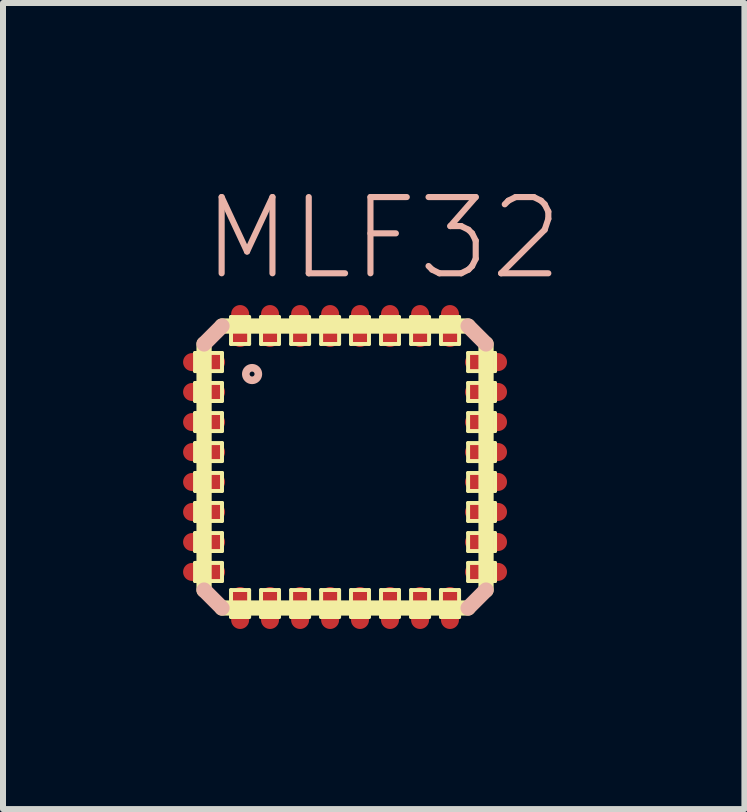
<source format=kicad_pcb>
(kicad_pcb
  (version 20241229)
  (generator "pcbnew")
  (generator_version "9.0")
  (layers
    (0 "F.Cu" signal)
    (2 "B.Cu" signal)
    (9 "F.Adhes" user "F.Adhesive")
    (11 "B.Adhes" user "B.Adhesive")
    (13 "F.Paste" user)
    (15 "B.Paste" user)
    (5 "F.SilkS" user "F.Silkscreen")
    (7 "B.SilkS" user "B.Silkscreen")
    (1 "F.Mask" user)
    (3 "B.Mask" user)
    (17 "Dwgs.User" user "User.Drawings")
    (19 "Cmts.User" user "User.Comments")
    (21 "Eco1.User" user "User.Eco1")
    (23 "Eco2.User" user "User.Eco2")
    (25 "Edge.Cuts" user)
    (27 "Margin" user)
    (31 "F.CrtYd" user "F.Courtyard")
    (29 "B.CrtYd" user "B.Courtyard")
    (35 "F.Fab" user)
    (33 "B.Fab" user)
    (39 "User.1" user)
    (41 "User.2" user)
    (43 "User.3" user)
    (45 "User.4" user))
  (footprint "MLF32"
    (layer "F.Cu")
    (at 2.699 4.731)
    (property "Reference" "MLF32" (at 0.635 -3.81 0) (layer "B.SilkS") (effects (font (size 1.27 1.27) (thickness 0.102))))
    (attr smd)
    (fp_line (start -2.499 -1.9) (end -2.05 -1.9) (stroke (width 0.066) (type solid)) (layer "F.SilkS"))
    (fp_line (start -2.499 -1.598) (end -2.499 -1.9) (stroke (width 0.066) (type solid)) (layer "F.SilkS"))
    (fp_line (start -2.499 -1.598) (end -2.05 -1.598) (stroke (width 0.066) (type solid)) (layer "F.SilkS"))
    (fp_line (start -2.499 -1.4) (end -2.05 -1.4) (stroke (width 0.066) (type solid)) (layer "F.SilkS"))
    (fp_line (start -2.499 -1.1) (end -2.499 -1.4) (stroke (width 0.066) (type solid)) (layer "F.SilkS"))
    (fp_line (start -2.499 -1.1) (end -2.05 -1.1) (stroke (width 0.066) (type solid)) (layer "F.SilkS"))
    (fp_line (start -2.499 -0.899) (end -2.05 -0.899) (stroke (width 0.066) (type solid)) (layer "F.SilkS"))
    (fp_line (start -2.499 -0.599) (end -2.499 -0.899) (stroke (width 0.066) (type solid)) (layer "F.SilkS"))
    (fp_line (start -2.499 -0.599) (end -2.05 -0.599) (stroke (width 0.066) (type solid)) (layer "F.SilkS"))
    (fp_line (start -2.499 -0.399) (end -2.05 -0.399) (stroke (width 0.066) (type solid)) (layer "F.SilkS"))
    (fp_line (start -2.499 -0.099) (end -2.499 -0.399) (stroke (width 0.066) (type solid)) (layer "F.SilkS"))
    (fp_line (start -2.499 -0.099) (end -2.05 -0.099) (stroke (width 0.066) (type solid)) (layer "F.SilkS"))
    (fp_line (start -2.499 0.099) (end -2.05 0.099) (stroke (width 0.066) (type solid)) (layer "F.SilkS"))
    (fp_line (start -2.499 0.399) (end -2.499 0.099) (stroke (width 0.066) (type solid)) (layer "F.SilkS"))
    (fp_line (start -2.499 0.399) (end -2.05 0.399) (stroke (width 0.066) (type solid)) (layer "F.SilkS"))
    (fp_line (start -2.499 0.599) (end -2.05 0.599) (stroke (width 0.066) (type solid)) (layer "F.SilkS"))
    (fp_line (start -2.499 0.899) (end -2.499 0.599) (stroke (width 0.066) (type solid)) (layer "F.SilkS"))
    (fp_line (start -2.499 0.899) (end -2.05 0.899) (stroke (width 0.066) (type solid)) (layer "F.SilkS"))
    (fp_line (start -2.499 1.1) (end -2.05 1.1) (stroke (width 0.066) (type solid)) (layer "F.SilkS"))
    (fp_line (start -2.499 1.4) (end -2.499 1.1) (stroke (width 0.066) (type solid)) (layer "F.SilkS"))
    (fp_line (start -2.499 1.4) (end -2.05 1.4) (stroke (width 0.066) (type solid)) (layer "F.SilkS"))
    (fp_line (start -2.499 1.598) (end -2.05 1.598) (stroke (width 0.066) (type solid)) (layer "F.SilkS"))
    (fp_line (start -2.499 1.9) (end -2.499 1.598) (stroke (width 0.066) (type solid)) (layer "F.SilkS"))
    (fp_line (start -2.499 1.9) (end -2.05 1.9) (stroke (width 0.066) (type solid)) (layer "F.SilkS"))
    (fp_line (start -2.349 2.05) (end -2.349 -2.05) (stroke (width 0.254) (type solid)) (layer "F.SilkS"))
    (fp_line (start -2.05 -2.349) (end 2.05 -2.349) (stroke (width 0.254) (type solid)) (layer "F.SilkS"))
    (fp_line (start -2.05 -1.598) (end -2.05 -1.9) (stroke (width 0.066) (type solid)) (layer "F.SilkS"))
    (fp_line (start -2.05 -1.1) (end -2.05 -1.4) (stroke (width 0.066) (type solid)) (layer "F.SilkS"))
    (fp_line (start -2.05 -0.599) (end -2.05 -0.899) (stroke (width 0.066) (type solid)) (layer "F.SilkS"))
    (fp_line (start -2.05 -0.099) (end -2.05 -0.399) (stroke (width 0.066) (type solid)) (layer "F.SilkS"))
    (fp_line (start -2.05 0.399) (end -2.05 0.099) (stroke (width 0.066) (type solid)) (layer "F.SilkS"))
    (fp_line (start -2.05 0.899) (end -2.05 0.599) (stroke (width 0.066) (type solid)) (layer "F.SilkS"))
    (fp_line (start -2.05 1.4) (end -2.05 1.1) (stroke (width 0.066) (type solid)) (layer "F.SilkS"))
    (fp_line (start -2.05 1.9) (end -2.05 1.598) (stroke (width 0.066) (type solid)) (layer "F.SilkS"))
    (fp_line (start -1.9 -2.499) (end -1.598 -2.499) (stroke (width 0.066) (type solid)) (layer "F.SilkS"))
    (fp_line (start -1.9 -2.05) (end -1.9 -2.499) (stroke (width 0.066) (type solid)) (layer "F.SilkS"))
    (fp_line (start -1.9 -2.05) (end -1.598 -2.05) (stroke (width 0.066) (type solid)) (layer "F.SilkS"))
    (fp_line (start -1.9 2.05) (end -1.598 2.05) (stroke (width 0.066) (type solid)) (layer "F.SilkS"))
    (fp_line (start -1.9 2.499) (end -1.9 2.05) (stroke (width 0.066) (type solid)) (layer "F.SilkS"))
    (fp_line (start -1.9 2.499) (end -1.598 2.499) (stroke (width 0.066) (type solid)) (layer "F.SilkS"))
    (fp_line (start -1.598 -2.05) (end -1.598 -2.499) (stroke (width 0.066) (type solid)) (layer "F.SilkS"))
    (fp_line (start -1.598 2.499) (end -1.598 2.05) (stroke (width 0.066) (type solid)) (layer "F.SilkS"))
    (fp_line (start -1.4 -2.499) (end -1.1 -2.499) (stroke (width 0.066) (type solid)) (layer "F.SilkS"))
    (fp_line (start -1.4 -2.05) (end -1.4 -2.499) (stroke (width 0.066) (type solid)) (layer "F.SilkS"))
    (fp_line (start -1.4 -2.05) (end -1.1 -2.05) (stroke (width 0.066) (type solid)) (layer "F.SilkS"))
    (fp_line (start -1.4 2.05) (end -1.1 2.05) (stroke (width 0.066) (type solid)) (layer "F.SilkS"))
    (fp_line (start -1.4 2.499) (end -1.4 2.05) (stroke (width 0.066) (type solid)) (layer "F.SilkS"))
    (fp_line (start -1.4 2.499) (end -1.1 2.499) (stroke (width 0.066) (type solid)) (layer "F.SilkS"))
    (fp_line (start -1.1 -2.05) (end -1.1 -2.499) (stroke (width 0.066) (type solid)) (layer "F.SilkS"))
    (fp_line (start -1.1 2.499) (end -1.1 2.05) (stroke (width 0.066) (type solid)) (layer "F.SilkS"))
    (fp_line (start -0.899 -2.499) (end -0.599 -2.499) (stroke (width 0.066) (type solid)) (layer "F.SilkS"))
    (fp_line (start -0.899 -2.05) (end -0.899 -2.499) (stroke (width 0.066) (type solid)) (layer "F.SilkS"))
    (fp_line (start -0.899 -2.05) (end -0.599 -2.05) (stroke (width 0.066) (type solid)) (layer "F.SilkS"))
    (fp_line (start -0.899 2.05) (end -0.599 2.05) (stroke (width 0.066) (type solid)) (layer "F.SilkS"))
    (fp_line (start -0.899 2.499) (end -0.899 2.05) (stroke (width 0.066) (type solid)) (layer "F.SilkS"))
    (fp_line (start -0.899 2.499) (end -0.599 2.499) (stroke (width 0.066) (type solid)) (layer "F.SilkS"))
    (fp_line (start -0.599 -2.05) (end -0.599 -2.499) (stroke (width 0.066) (type solid)) (layer "F.SilkS"))
    (fp_line (start -0.599 2.499) (end -0.599 2.05) (stroke (width 0.066) (type solid)) (layer "F.SilkS"))
    (fp_line (start -0.399 -2.499) (end -0.099 -2.499) (stroke (width 0.066) (type solid)) (layer "F.SilkS"))
    (fp_line (start -0.399 -2.05) (end -0.399 -2.499) (stroke (width 0.066) (type solid)) (layer "F.SilkS"))
    (fp_line (start -0.399 -2.05) (end -0.099 -2.05) (stroke (width 0.066) (type solid)) (layer "F.SilkS"))
    (fp_line (start -0.399 2.05) (end -0.099 2.05) (stroke (width 0.066) (type solid)) (layer "F.SilkS"))
    (fp_line (start -0.399 2.499) (end -0.399 2.05) (stroke (width 0.066) (type solid)) (layer "F.SilkS"))
    (fp_line (start -0.399 2.499) (end -0.099 2.499) (stroke (width 0.066) (type solid)) (layer "F.SilkS"))
    (fp_line (start -0.099 -2.05) (end -0.099 -2.499) (stroke (width 0.066) (type solid)) (layer "F.SilkS"))
    (fp_line (start -0.099 2.499) (end -0.099 2.05) (stroke (width 0.066) (type solid)) (layer "F.SilkS"))
    (fp_line (start 0.099 -2.499) (end 0.399 -2.499) (stroke (width 0.066) (type solid)) (layer "F.SilkS"))
    (fp_line (start 0.099 -2.05) (end 0.099 -2.499) (stroke (width 0.066) (type solid)) (layer "F.SilkS"))
    (fp_line (start 0.099 -2.05) (end 0.399 -2.05) (stroke (width 0.066) (type solid)) (layer "F.SilkS"))
    (fp_line (start 0.099 2.05) (end 0.399 2.05) (stroke (width 0.066) (type solid)) (layer "F.SilkS"))
    (fp_line (start 0.099 2.499) (end 0.099 2.05) (stroke (width 0.066) (type solid)) (layer "F.SilkS"))
    (fp_line (start 0.099 2.499) (end 0.399 2.499) (stroke (width 0.066) (type solid)) (layer "F.SilkS"))
    (fp_line (start 0.399 -2.05) (end 0.399 -2.499) (stroke (width 0.066) (type solid)) (layer "F.SilkS"))
    (fp_line (start 0.399 2.499) (end 0.399 2.05) (stroke (width 0.066) (type solid)) (layer "F.SilkS"))
    (fp_line (start 0.599 -2.499) (end 0.899 -2.499) (stroke (width 0.066) (type solid)) (layer "F.SilkS"))
    (fp_line (start 0.599 -2.05) (end 0.599 -2.499) (stroke (width 0.066) (type solid)) (layer "F.SilkS"))
    (fp_line (start 0.599 -2.05) (end 0.899 -2.05) (stroke (width 0.066) (type solid)) (layer "F.SilkS"))
    (fp_line (start 0.599 2.05) (end 0.899 2.05) (stroke (width 0.066) (type solid)) (layer "F.SilkS"))
    (fp_line (start 0.599 2.499) (end 0.599 2.05) (stroke (width 0.066) (type solid)) (layer "F.SilkS"))
    (fp_line (start 0.599 2.499) (end 0.899 2.499) (stroke (width 0.066) (type solid)) (layer "F.SilkS"))
    (fp_line (start 0.899 -2.05) (end 0.899 -2.499) (stroke (width 0.066) (type solid)) (layer "F.SilkS"))
    (fp_line (start 0.899 2.499) (end 0.899 2.05) (stroke (width 0.066) (type solid)) (layer "F.SilkS"))
    (fp_line (start 1.1 -2.499) (end 1.4 -2.499) (stroke (width 0.066) (type solid)) (layer "F.SilkS"))
    (fp_line (start 1.1 -2.05) (end 1.1 -2.499) (stroke (width 0.066) (type solid)) (layer "F.SilkS"))
    (fp_line (start 1.1 -2.05) (end 1.4 -2.05) (stroke (width 0.066) (type solid)) (layer "F.SilkS"))
    (fp_line (start 1.1 2.05) (end 1.4 2.05) (stroke (width 0.066) (type solid)) (layer "F.SilkS"))
    (fp_line (start 1.1 2.499) (end 1.1 2.05) (stroke (width 0.066) (type solid)) (layer "F.SilkS"))
    (fp_line (start 1.1 2.499) (end 1.4 2.499) (stroke (width 0.066) (type solid)) (layer "F.SilkS"))
    (fp_line (start 1.4 -2.05) (end 1.4 -2.499) (stroke (width 0.066) (type solid)) (layer "F.SilkS"))
    (fp_line (start 1.4 2.499) (end 1.4 2.05) (stroke (width 0.066) (type solid)) (layer "F.SilkS"))
    (fp_line (start 1.598 -2.499) (end 1.9 -2.499) (stroke (width 0.066) (type solid)) (layer "F.SilkS"))
    (fp_line (start 1.598 -2.05) (end 1.598 -2.499) (stroke (width 0.066) (type solid)) (layer "F.SilkS"))
    (fp_line (start 1.598 -2.05) (end 1.9 -2.05) (stroke (width 0.066) (type solid)) (layer "F.SilkS"))
    (fp_line (start 1.598 2.05) (end 1.9 2.05) (stroke (width 0.066) (type solid)) (layer "F.SilkS"))
    (fp_line (start 1.598 2.499) (end 1.598 2.05) (stroke (width 0.066) (type solid)) (layer "F.SilkS"))
    (fp_line (start 1.598 2.499) (end 1.9 2.499) (stroke (width 0.066) (type solid)) (layer "F.SilkS"))
    (fp_line (start 1.9 -2.05) (end 1.9 -2.499) (stroke (width 0.066) (type solid)) (layer "F.SilkS"))
    (fp_line (start 1.9 2.499) (end 1.9 2.05) (stroke (width 0.066) (type solid)) (layer "F.SilkS"))
    (fp_line (start 2.05 -1.9) (end 2.499 -1.9) (stroke (width 0.066) (type solid)) (layer "F.SilkS"))
    (fp_line (start 2.05 -1.598) (end 2.05 -1.9) (stroke (width 0.066) (type solid)) (layer "F.SilkS"))
    (fp_line (start 2.05 -1.598) (end 2.499 -1.598) (stroke (width 0.066) (type solid)) (layer "F.SilkS"))
    (fp_line (start 2.05 -1.4) (end 2.499 -1.4) (stroke (width 0.066) (type solid)) (layer "F.SilkS"))
    (fp_line (start 2.05 -1.1) (end 2.05 -1.4) (stroke (width 0.066) (type solid)) (layer "F.SilkS"))
    (fp_line (start 2.05 -1.1) (end 2.499 -1.1) (stroke (width 0.066) (type solid)) (layer "F.SilkS"))
    (fp_line (start 2.05 -0.899) (end 2.499 -0.899) (stroke (width 0.066) (type solid)) (layer "F.SilkS"))
    (fp_line (start 2.05 -0.599) (end 2.05 -0.899) (stroke (width 0.066) (type solid)) (layer "F.SilkS"))
    (fp_line (start 2.05 -0.599) (end 2.499 -0.599) (stroke (width 0.066) (type solid)) (layer "F.SilkS"))
    (fp_line (start 2.05 -0.399) (end 2.499 -0.399) (stroke (width 0.066) (type solid)) (layer "F.SilkS"))
    (fp_line (start 2.05 -0.099) (end 2.05 -0.399) (stroke (width 0.066) (type solid)) (layer "F.SilkS"))
    (fp_line (start 2.05 -0.099) (end 2.499 -0.099) (stroke (width 0.066) (type solid)) (layer "F.SilkS"))
    (fp_line (start 2.05 0.099) (end 2.499 0.099) (stroke (width 0.066) (type solid)) (layer "F.SilkS"))
    (fp_line (start 2.05 0.399) (end 2.05 0.099) (stroke (width 0.066) (type solid)) (layer "F.SilkS"))
    (fp_line (start 2.05 0.399) (end 2.499 0.399) (stroke (width 0.066) (type solid)) (layer "F.SilkS"))
    (fp_line (start 2.05 0.599) (end 2.499 0.599) (stroke (width 0.066) (type solid)) (layer "F.SilkS"))
    (fp_line (start 2.05 0.899) (end 2.05 0.599) (stroke (width 0.066) (type solid)) (layer "F.SilkS"))
    (fp_line (start 2.05 0.899) (end 2.499 0.899) (stroke (width 0.066) (type solid)) (layer "F.SilkS"))
    (fp_line (start 2.05 1.1) (end 2.499 1.1) (stroke (width 0.066) (type solid)) (layer "F.SilkS"))
    (fp_line (start 2.05 1.4) (end 2.05 1.1) (stroke (width 0.066) (type solid)) (layer "F.SilkS"))
    (fp_line (start 2.05 1.4) (end 2.499 1.4) (stroke (width 0.066) (type solid)) (layer "F.SilkS"))
    (fp_line (start 2.05 1.598) (end 2.499 1.598) (stroke (width 0.066) (type solid)) (layer "F.SilkS"))
    (fp_line (start 2.05 1.9) (end 2.05 1.598) (stroke (width 0.066) (type solid)) (layer "F.SilkS"))
    (fp_line (start 2.05 1.9) (end 2.499 1.9) (stroke (width 0.066) (type solid)) (layer "F.SilkS"))
    (fp_line (start 2.05 2.349) (end -2.05 2.349) (stroke (width 0.254) (type solid)) (layer "F.SilkS"))
    (fp_line (start 2.349 -2.05) (end 2.349 2.05) (stroke (width 0.254) (type solid)) (layer "F.SilkS"))
    (fp_line (start 2.499 -1.598) (end 2.499 -1.9) (stroke (width 0.066) (type solid)) (layer "F.SilkS"))
    (fp_line (start 2.499 -1.1) (end 2.499 -1.4) (stroke (width 0.066) (type solid)) (layer "F.SilkS"))
    (fp_line (start 2.499 -0.599) (end 2.499 -0.899) (stroke (width 0.066) (type solid)) (layer "F.SilkS"))
    (fp_line (start 2.499 -0.099) (end 2.499 -0.399) (stroke (width 0.066) (type solid)) (layer "F.SilkS"))
    (fp_line (start 2.499 0.399) (end 2.499 0.099) (stroke (width 0.066) (type solid)) (layer "F.SilkS"))
    (fp_line (start 2.499 0.899) (end 2.499 0.599) (stroke (width 0.066) (type solid)) (layer "F.SilkS"))
    (fp_line (start 2.499 1.4) (end 2.499 1.1) (stroke (width 0.066) (type solid)) (layer "F.SilkS"))
    (fp_line (start 2.499 1.9) (end 2.499 1.598) (stroke (width 0.066) (type solid)) (layer "F.SilkS"))
    (fp_line (start -2.349 -2.05) (end -2.05 -2.349) (stroke (width 0.254) (type solid)) (layer "B.SilkS"))
    (fp_line (start -2.05 2.349) (end -2.349 2.05) (stroke (width 0.254) (type solid)) (layer "B.SilkS"))
    (fp_line (start 2.05 -2.349) (end 2.349 -2.05) (stroke (width 0.254) (type solid)) (layer "B.SilkS"))
    (fp_line (start 2.349 2.05) (end 2.05 2.349) (stroke (width 0.254) (type solid)) (layer "B.SilkS"))
    (fp_circle (center -1.549 -1.549) (end -1.623 -1.623) (stroke (width 0.127) (type solid)) (fill no) (layer "B.SilkS"))
    (pad "1" smd oval (at -2.349 -1.748) (size 0.699 0.3) (layers "F.Cu" "F.Mask" "F.Paste"))
    (pad "2" smd oval (at -2.349 -1.25) (size 0.699 0.3) (layers "F.Cu" "F.Mask" "F.Paste"))
    (pad "3" smd oval (at -2.349 -0.749) (size 0.699 0.3) (layers "F.Cu" "F.Mask" "F.Paste"))
    (pad "4" smd oval (at -2.349 -0.249) (size 0.699 0.3) (layers "F.Cu" "F.Mask" "F.Paste"))
    (pad "5" smd oval (at -2.349 0.249) (size 0.699 0.3) (layers "F.Cu" "F.Mask" "F.Paste"))
    (pad "6" smd oval (at -2.349 0.749) (size 0.699 0.3) (layers "F.Cu" "F.Mask" "F.Paste"))
    (pad "7" smd oval (at -2.349 1.25) (size 0.699 0.3) (layers "F.Cu" "F.Mask" "F.Paste"))
    (pad "8" smd oval (at -2.349 1.748) (size 0.699 0.3) (layers "F.Cu" "F.Mask" "F.Paste"))
    (pad "9" smd oval (at -1.748 2.349) (size 0.3 0.699) (layers "F.Cu" "F.Mask" "F.Paste"))
    (pad "10" smd oval (at -1.25 2.349) (size 0.3 0.699) (layers "F.Cu" "F.Mask" "F.Paste"))
    (pad "11" smd oval (at -0.749 2.349) (size 0.3 0.699) (layers "F.Cu" "F.Mask" "F.Paste"))
    (pad "12" smd oval (at -0.249 2.349) (size 0.3 0.699) (layers "F.Cu" "F.Mask" "F.Paste"))
    (pad "13" smd oval (at 0.249 2.349) (size 0.3 0.699) (layers "F.Cu" "F.Mask" "F.Paste"))
    (pad "14" smd oval (at 0.749 2.349) (size 0.3 0.699) (layers "F.Cu" "F.Mask" "F.Paste"))
    (pad "15" smd oval (at 1.25 2.349) (size 0.3 0.699) (layers "F.Cu" "F.Mask" "F.Paste"))
    (pad "16" smd oval (at 1.748 2.349) (size 0.3 0.699) (layers "F.Cu" "F.Mask" "F.Paste"))
    (pad "17" smd oval (at 2.349 1.748) (size 0.699 0.3) (layers "F.Cu" "F.Mask" "F.Paste"))
    (pad "18" smd oval (at 2.349 1.25) (size 0.699 0.3) (layers "F.Cu" "F.Mask" "F.Paste"))
    (pad "19" smd oval (at 2.349 0.749) (size 0.699 0.3) (layers "F.Cu" "F.Mask" "F.Paste"))
    (pad "20" smd oval (at 2.349 0.249) (size 0.699 0.3) (layers "F.Cu" "F.Mask" "F.Paste"))
    (pad "21" smd oval (at 2.349 -0.249) (size 0.699 0.3) (layers "F.Cu" "F.Mask" "F.Paste"))
    (pad "22" smd oval (at 2.349 -0.749) (size 0.699 0.3) (layers "F.Cu" "F.Mask" "F.Paste"))
    (pad "23" smd oval (at 2.349 -1.25) (size 0.699 0.3) (layers "F.Cu" "F.Mask" "F.Paste"))
    (pad "24" smd oval (at 2.349 -1.748) (size 0.699 0.3) (layers "F.Cu" "F.Mask" "F.Paste"))
    (pad "25" smd oval (at 1.748 -2.349) (size 0.3 0.699) (layers "F.Cu" "F.Mask" "F.Paste"))
    (pad "26" smd oval (at 1.25 -2.349) (size 0.3 0.699) (layers "F.Cu" "F.Mask" "F.Paste"))
    (pad "27" smd oval (at 0.749 -2.349) (size 0.3 0.699) (layers "F.Cu" "F.Mask" "F.Paste"))
    (pad "28" smd oval (at 0.249 -2.349) (size 0.3 0.699) (layers "F.Cu" "F.Mask" "F.Paste"))
    (pad "29" smd oval (at -0.249 -2.349) (size 0.3 0.699) (layers "F.Cu" "F.Mask" "F.Paste"))
    (pad "30" smd oval (at -0.749 -2.349) (size 0.3 0.699) (layers "F.Cu" "F.Mask" "F.Paste"))
    (pad "31" smd oval (at -1.25 -2.349) (size 0.3 0.699) (layers "F.Cu" "F.Mask" "F.Paste"))
    (pad "32" smd oval (at -1.748 -2.349) (size 0.3 0.699) (layers "F.Cu" "F.Mask" "F.Paste")))
  (gr_rect
    (start -3 -3)
    (end 9.353 10.43)
    (stroke (width 0.1) (type default))
    (fill no)
    (layer "Edge.Cuts")))
</source>
